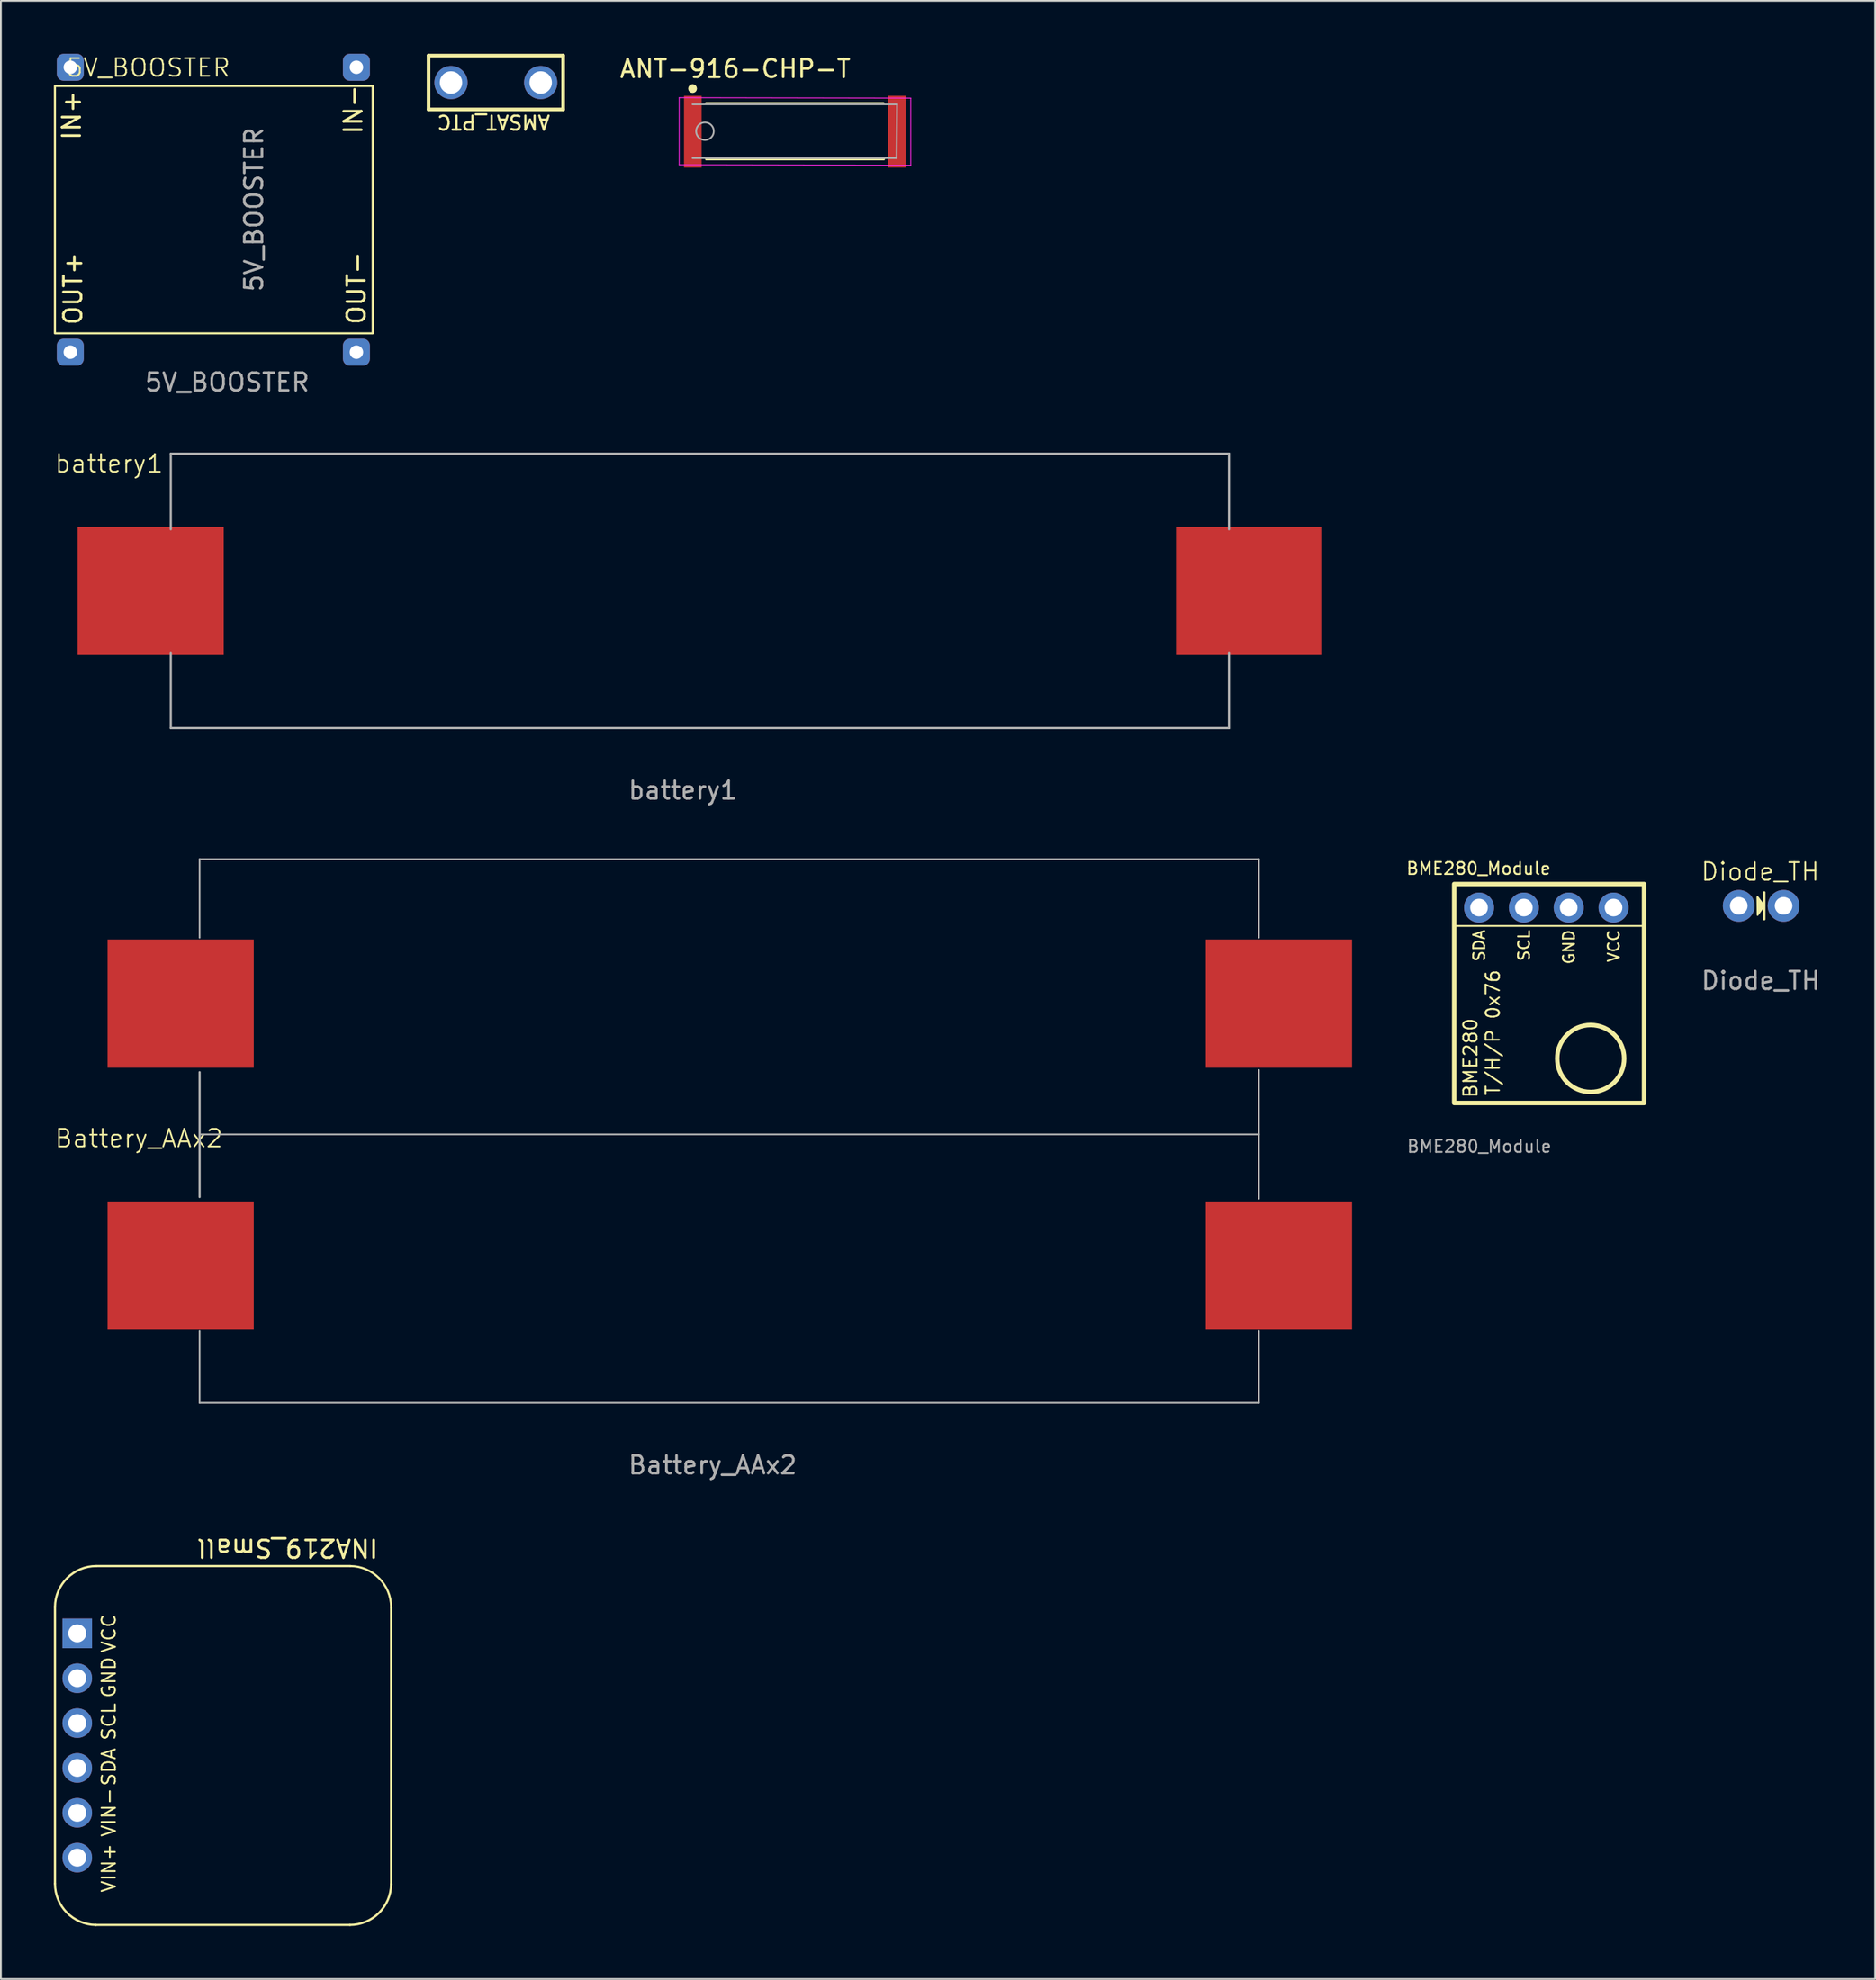
<source format=kicad_pcb>
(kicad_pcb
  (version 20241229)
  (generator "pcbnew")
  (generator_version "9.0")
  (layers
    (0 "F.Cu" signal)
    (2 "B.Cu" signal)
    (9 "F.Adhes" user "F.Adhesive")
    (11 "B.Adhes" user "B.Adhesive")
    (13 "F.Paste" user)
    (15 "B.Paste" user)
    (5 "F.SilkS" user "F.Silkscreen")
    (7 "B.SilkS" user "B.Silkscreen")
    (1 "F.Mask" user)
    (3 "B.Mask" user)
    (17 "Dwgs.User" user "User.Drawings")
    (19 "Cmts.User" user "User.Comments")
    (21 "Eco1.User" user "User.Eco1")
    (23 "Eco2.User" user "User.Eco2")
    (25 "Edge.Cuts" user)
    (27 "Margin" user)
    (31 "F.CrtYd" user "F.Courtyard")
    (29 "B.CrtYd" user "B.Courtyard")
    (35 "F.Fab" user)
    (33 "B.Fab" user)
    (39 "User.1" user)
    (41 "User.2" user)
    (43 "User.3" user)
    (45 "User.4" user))
  (footprint "ANT-916-CHP-T"
    (layer "F.Cu")
    (at 44.176 4.384)
    (property "Reference" "ANT-916-CHP-T" (at -5.584 -3.536 0) (layer "F.SilkS") (effects (font (size 1 1) (thickness 0.15))))
    (attr smd)
    (fp_line (start -7.229 -1.587) (end 2.807 -1.587) (stroke (width 0.127) (type solid)) (layer "F.SilkS"))
    (fp_line (start -7.229 1.587) (end 2.832 1.587) (stroke (width 0.127) (type solid)) (layer "F.SilkS"))
    (fp_circle (center -8.001 -2.416) (end -7.876 -2.416) (stroke (width 0.25) (type solid)) (fill no) (layer "F.SilkS"))
    (fp_line (start -8.759 -1.901) (end -8.759 1.901) (stroke (width 0.05) (type solid)) (layer "F.CrtYd"))
    (fp_line (start -8.759 1.901) (end 4.356 1.926) (stroke (width 0.05) (type solid)) (layer "F.CrtYd"))
    (fp_line (start 4.356 -1.876) (end -8.759 -1.901) (stroke (width 0.05) (type solid)) (layer "F.CrtYd"))
    (fp_line (start 4.356 1.926) (end 4.356 -1.876) (stroke (width 0.05) (type solid)) (layer "F.CrtYd"))
    (fp_line (start -8.001 -1.524) (end 3.581 -1.524) (stroke (width 0.1) (type solid)) (layer "F.Fab"))
    (fp_line (start 3.556 1.524) (end -8.001 1.524) (stroke (width 0.1) (type solid)) (layer "F.Fab"))
    (fp_line (start 3.581 -1.524) (end 3.556 1.524) (stroke (width 0.1) (type solid)) (layer "F.Fab"))
    (fp_circle (center -7.301 0) (end -6.801 0) (stroke (width 0.1) (type solid)) (fill no) (layer "F.Fab"))
    (pad "1" smd rect (at -7.99 0.027) (size 0.998 4.062) (layers "F.Cu" "F.Mask" "F.Paste"))
    (pad "2" smd rect (at 3.569 0.025) (size 0.998 4.062) (layers "F.Cu" "F.Mask" "F.Paste"))
    (zone (net_name "") (layer "F.Cu") (hatch full 0.508) (connect_pads) (min_thickness 0.01) (filled_areas_thickness no) (keepout (tracks not_allowed) (vias not_allowed) (pads not_allowed) (copperpour not_allowed) (footprints allowed)) (placement (enabled no)) (fill) (polygon (pts (xy 36.873 2.86) (xy 47.224 2.86) (xy 47.224 5.908) (xy 36.873 5.908))))
    (zone (net_name "") (layer "B.Cu") (hatch full 0.508) (connect_pads) (min_thickness 0.01) (filled_areas_thickness no) (keepout (tracks not_allowed) (vias not_allowed) (pads not_allowed) (copperpour not_allowed) (footprints allowed)) (placement (enabled no)) (fill) (polygon (pts (xy 36.873 2.86) (xy 47.224 2.86) (xy 47.224 5.908) (xy 36.873 5.908)))))
  (footprint "AMSAT_PTC"
    (layer "F.Cu")
    (at 22.492 4.928)
    (property "Reference" "AMSAT_PTC" (at 2.413 -1.069 180) (unlocked yes) (layer "F.SilkS") (effects (font (size 0.787 0.787) (thickness 0.127))))
    (attr through_hole)
    (fp_line (start -1.27 -4.826) (end -1.27 -1.778) (stroke (width 0.203) (type solid)) (layer "F.SilkS"))
    (fp_line (start -1.27 -1.778) (end 6.35 -1.778) (stroke (width 0.203) (type solid)) (layer "F.SilkS"))
    (fp_line (start 6.35 -4.826) (end -1.27 -4.826) (stroke (width 0.203) (type solid)) (layer "F.SilkS"))
    (fp_line (start 6.35 -1.778) (end 6.35 -4.826) (stroke (width 0.203) (type solid)) (layer "F.SilkS"))
    (pad "1" thru_hole circle (at 0 -3.302) (size 1.88 1.88) (drill 1.27) (layers "*.Cu" "*.Mask"))
    (pad "2" thru_hole circle (at 5.08 -3.302) (size 1.88 1.88) (drill 1.27) (layers "*.Cu" "*.Mask")))
  (footprint "5V_BOOSTER"
    (layer "F.Cu")
    (at 0.956 0.762)
    (property "Reference" "5V_BOOSTER" (at 4.394 0.025 0) (unlocked yes) (layer "F.SilkS") (effects (font (size 1 1) (thickness 0.1))))
    (attr through_hole)
    (fp_rect (start 17.104 15.062) (end -0.896 1.062) (stroke (width 0.12) (type solid)) (fill no) (layer "F.SilkS"))
    (fp_text user "IN+" (at 0.052 4.204 90) (unlocked yes) (layer "F.SilkS") (effects (font (size 1 1) (thickness 0.15)) (justify left)))
    (fp_text user "OUT+" (at 0.128 14.668 90) (unlocked yes) (layer "F.SilkS") (effects (font (size 1 1) (thickness 0.15)) (justify left)))
    (fp_text user "IN-" (at 16.003 3.873 90) (unlocked yes) (layer "F.SilkS") (effects (font (size 1 1) (thickness 0.15)) (justify left)))
    (fp_text user "OUT-" (at 16.181 14.643 90) (unlocked yes) (layer "F.SilkS") (effects (font (size 1 1) (thickness 0.15)) (justify left)))
    (fp_text user "${REFERENCE}" (at 10.374 8.052 90) (unlocked yes) (layer "F.Fab") (effects (font (size 1 1) (thickness 0.15))))
    (fp_text user "${REFERENCE}" (at 8.865 17.832 0) (unlocked yes) (layer "F.Fab") (effects (font (size 1 1) (thickness 0.15))))
    (pad "1" thru_hole roundrect (at -0.025 0 90) (size 1.524 1.524) (drill 0.762) (layers "*.Cu" "*.Mask") (roundrect_rratio 0.25))
    (pad "2" thru_hole roundrect (at 16.18 0 90) (size 1.524 1.524) (drill 0.762) (layers "*.Cu" "*.Mask") (roundrect_rratio 0.25))
    (pad "3" thru_hole roundrect (at -0.025 16.129 90) (size 1.524 1.524) (drill 0.762) (layers "*.Cu" "*.Mask") (roundrect_rratio 0.25))
    (pad "4" thru_hole roundrect (at 16.18 16.129 90) (size 1.524 1.524) (drill 0.762) (layers "*.Cu" "*.Mask") (roundrect_rratio 0.25)))
  (footprint "BME280_Module"
    (layer "F.Cu")
    (at 80.713 48.341)
    (property "Reference" "BME280_Module" (at -0.025 -2.21 0) (unlocked yes) (layer "F.SilkS") (effects (font (size 0.686 0.686) (thickness 0.102))))
    (attr smd)
    (fp_line (start -1.372 1.041) (end 9.373 1.041) (stroke (width 0.1) (type default)) (layer "F.SilkS"))
    (fp_rect (start -1.406 -1.333) (end 9.347 11.066) (stroke (width 0.254) (type solid)) (fill no) (layer "F.SilkS"))
    (fp_circle (center 6.325 8.547) (end 8.221 8.526) (stroke (width 0.254) (type solid)) (fill no) (layer "F.SilkS"))
    (fp_text user "SDA" (at 0.381 3.119 90) (unlocked yes) (layer "F.SilkS") (effects (font (size 0.635 0.635) (thickness 0.102)) (justify left bottom)))
    (fp_text user "GND" (at 5.461 3.271 90) (unlocked yes) (layer "F.SilkS") (effects (font (size 0.635 0.635) (thickness 0.102)) (justify left bottom)))
    (fp_text user "T/H/P 0x76" (at 1.232 10.706 90) (unlocked yes) (layer "F.SilkS") (effects (font (size 0.762 0.762) (thickness 0.102)) (justify left bottom)))
    (fp_text user "BME280" (at -0.038 10.833 90) (unlocked yes) (layer "F.SilkS") (effects (font (size 0.762 0.762) (thickness 0.102)) (justify left bottom)))
    (fp_text user "SCL" (at 2.921 3.089 90) (unlocked yes) (layer "F.SilkS") (effects (font (size 0.635 0.635) (thickness 0.102)) (justify left bottom)))
    (fp_text user "VCC" (at 8.001 3.15 90) (unlocked yes) (layer "F.SilkS") (effects (font (size 0.635 0.635) (thickness 0.102)) (justify left bottom)))
    (fp_text user "${REFERENCE}" (at 0.013 13.525 0) (unlocked yes) (layer "F.Fab") (effects (font (size 0.686 0.686) (thickness 0.102))))
    (pad "1" thru_hole circle (at 7.62 0) (size 1.7 1.7) (drill 1) (layers "*.Cu" "*.Mask"))
    (pad "2" thru_hole circle (at 5.08 0) (size 1.7 1.7) (drill 1) (layers "*.Cu" "*.Mask"))
    (pad "3" thru_hole circle (at 2.54 0) (size 1.7 1.7) (drill 1) (layers "*.Cu" "*.Mask"))
    (pad "4" thru_hole circle (at 0 0) (size 1.7 1.7) (drill 1) (layers "*.Cu" "*.Mask")))
  (footprint "battery1"
    (layer "F.Cu")
    (at 35.621 30.203)
    (property "Reference" "battery1" (at -32.5 -7 0) (unlocked yes) (layer "F.SilkS") (effects (font (size 1 1) (thickness 0.1))))
    (attr smd)
    (fp_line (start -29 -7.565) (end -29 -3.285) (stroke (width 0.127) (type solid)) (layer "F.Fab"))
    (fp_line (start -29 3.695) (end -29 7.975) (stroke (width 0.127) (type solid)) (layer "F.Fab"))
    (fp_line (start -29 7.975) (end 30.93 7.975) (stroke (width 0.127) (type solid)) (layer "F.Fab"))
    (fp_line (start 30.93 -7.565) (end -29 -7.565) (stroke (width 0.127) (type solid)) (layer "F.Fab"))
    (fp_line (start 30.93 -7.565) (end 30.93 -3.285) (stroke (width 0.127) (type solid)) (layer "F.Fab"))
    (fp_line (start 30.93 7.975) (end 30.93 3.695) (stroke (width 0.127) (type solid)) (layer "F.Fab"))
    (fp_text user "${REFERENCE}" (at 0 11.5 0) (unlocked yes) (layer "F.Fab") (effects (font (size 1 1) (thickness 0.15))))
    (pad "1" smd custom (at -28 1.5) (size 1.905 1.27) (layers "F.Cu" "F.Mask" "F.Paste") (options (anchor rect)) (primitives (gr_poly (pts (xy 2 2.337) (xy -6.28 2.337) (xy -6.28 -4.927) (xy 2 -4.927)) (width 0) (fill yes))))
    (pad "2" smd custom (at 32 0) (size 1.27 1.27) (layers "F.Cu" "F.Mask" "F.Paste") (options (anchor circle)) (primitives (gr_poly (pts (xy -0.953 -0.445) (xy -0.938 -0.517) (xy -0.897 -0.579) (xy -0.835 -0.62) (xy -0.762 -0.635) (xy 0.762 -0.635) (xy 0.835 -0.62) (xy 0.897 -0.579) (xy 0.938 -0.517) (xy 0.953 -0.445) (xy 0.953 0.445) (xy 0.938 0.517) (xy 0.897 0.579) (xy 0.835 0.62) (xy 0.762 0.635) (xy -0.762 0.635) (xy -0.835 0.62) (xy -0.897 0.579) (xy -0.938 0.517) (xy -0.953 0.445)) (width 0) (fill yes)) (gr_poly (pts (xy 4.21 3.837) (xy -4.07 3.837) (xy -4.07 -3.427) (xy 4.21 -3.427)) (width 0) (fill yes)))))
  (footprint "INA219_Small"
    (layer "F.Cu")
    (at 9.461 95.815)
    (property "Reference" "INA219_Small" (at 3.771 -11.209 180) (unlocked yes) (layer "F.SilkS") (effects (font (size 1 1) (thickness 0.15))))
    (attr through_hole)
    (fp_line (start -9.398 -7.874) (end -9.398 7.798) (stroke (width 0.127) (type solid)) (layer "F.SilkS"))
    (fp_line (start -7.086 10.135) (end 7.306 10.135) (stroke (width 0.127) (type solid)) (layer "F.SilkS"))
    (fp_line (start 7.33 -10.185) (end -7.061 -10.185) (stroke (width 0.127) (type solid)) (layer "F.SilkS"))
    (fp_line (start 9.642 7.849) (end 9.642 -7.849) (stroke (width 0.127) (type solid)) (layer "F.SilkS"))
    (fp_arc (start -9.398 -7.873862) (mid -8.70466 -9.509883) (end -7.0612 -10.1854) (stroke (width 0.127) (type solid)) (layer "F.SilkS"))
    (fp_arc (start -7.086462 10.1346) (mid -8.722483 9.44126) (end -9.398 7.7978) (stroke (width 0.127) (type solid)) (layer "F.SilkS"))
    (fp_arc (start 7.330179 -10.1854) (mid 8.9662 -9.49206) (end 9.641717 -7.8486) (stroke (width 0.12) (type solid)) (layer "F.SilkS"))
    (fp_arc (start 9.642475 7.823062) (mid 8.949135 9.459083) (end 7.305675 10.1346) (stroke (width 0.127) (type solid)) (layer "F.SilkS"))
    (fp_text user "VIN-" (at -6.35 3.759 90) (unlocked yes) (layer "F.SilkS") (effects (font (size 0.762 0.762) (thickness 0.102))))
    (fp_text user "VCC" (at -6.35 -6.375 90) (unlocked yes) (layer "F.SilkS") (effects (font (size 0.762 0.762) (thickness 0.102))))
    (fp_text user "SCL" (at -6.35 -1.372 90) (unlocked yes) (layer "F.SilkS") (effects (font (size 0.762 0.762) (thickness 0.102))))
    (fp_text user "GND" (at -6.35 -3.886 90) (unlocked yes) (layer "F.SilkS") (effects (font (size 0.762 0.762) (thickness 0.102))))
    (fp_text user "SDA" (at -6.35 1.194 90) (unlocked yes) (layer "F.SilkS") (effects (font (size 0.762 0.762) (thickness 0.102))))
    (fp_text user "VIN+" (at -6.35 6.909 90) (unlocked yes) (layer "F.SilkS") (effects (font (size 0.762 0.762) (thickness 0.102))))
    (pad "1" thru_hole rect (at -8.138 -6.375) (size 1.676 1.676) (drill 1.016) (layers "*.Cu" "*.Mask"))
    (pad "2" thru_hole circle (at -8.138 -3.835) (size 1.676 1.676) (drill 1.016) (layers "*.Cu" "*.Mask"))
    (pad "3" thru_hole circle (at -8.138 -1.295) (size 1.676 1.676) (drill 1.016) (layers "*.Cu" "*.Mask"))
    (pad "4" thru_hole circle (at -8.138 1.245) (size 1.676 1.676) (drill 1.016) (layers "*.Cu" "*.Mask"))
    (pad "5" thru_hole circle (at -8.138 3.785) (size 1.676 1.676) (drill 1.016) (layers "*.Cu" "*.Mask"))
    (pad "6" thru_hole circle (at -8.138 6.325) (size 1.676 1.676) (drill 1.016) (layers "*.Cu" "*.Mask")))
  (footprint "Diode_TH"
    (layer "F.Cu")
    (at 96.644 48.242)
    (property "Reference" "Diode_TH" (at 0 -1.93 0) (unlocked yes) (layer "F.SilkS") (effects (font (size 1 1) (thickness 0.1))))
    (attr smd)
    (fp_line (start 0.229 0.762) (end 0.229 -0.762) (stroke (width 0.127) (type solid)) (layer "F.SilkS"))
    (fp_poly (pts (xy -0.14 -0.483) (xy 0.216 0) (xy -0.152 0.521) (xy -0.165 -0.495)) (stroke (width 0.1) (type solid)) (fill yes) (layer "F.SilkS"))
    (fp_text user "${REFERENCE}" (at 0.025 4.242 0) (unlocked yes) (layer "F.Fab") (effects (font (size 1 1) (thickness 0.15))))
    (pad "1" thru_hole circle (at 1.321 0) (size 1.8 1.8) (drill 1) (layers "*.Cu" "*.Mask"))
    (pad "2" thru_hole circle (at -1.219 0) (size 1.8 1.8) (drill 1) (layers "*.Cu" "*.Mask")))
  (footprint "Battery_AAx2"
    (layer "F.Cu")
    (at 37.312 68.41)
    (property "Reference" "Battery_AAx2" (at -32.5 -7 0) (unlocked yes) (layer "F.SilkS") (effects (font (size 1 1) (thickness 0.1))))
    (attr smd)
    (fp_line (start -29.058 -22.809) (end -29.058 -18.364) (stroke (width 0.1) (type solid)) (layer "F.Fab"))
    (fp_line (start -29.058 -22.809) (end 30.937 -22.809) (stroke (width 0.1) (type solid)) (layer "F.Fab"))
    (fp_line (start -29.058 -10.744) (end -29.058 -3.683) (stroke (width 0.127) (type solid)) (layer "F.Fab"))
    (fp_line (start -29.058 3.912) (end -29.058 7.976) (stroke (width 0.102) (type solid)) (layer "F.Fab"))
    (fp_line (start -29.058 7.976) (end 30.937 7.976) (stroke (width 0.102) (type solid)) (layer "F.Fab"))
    (fp_line (start 30.937 -22.809) (end 30.937 -18.364) (stroke (width 0.1) (type default)) (layer "F.Fab"))
    (fp_line (start 30.937 -10.871) (end 30.937 -3.581) (stroke (width 0.1) (type default)) (layer "F.Fab"))
    (fp_line (start 30.937 -7.226) (end -29.032 -7.226) (stroke (width 0.1) (type solid)) (layer "F.Fab"))
    (fp_line (start 30.937 3.912) (end 30.937 7.976) (stroke (width 0.102) (type solid)) (layer "F.Fab"))
    (fp_text user "${REFERENCE}" (at 0 11.5 0) (unlocked yes) (layer "F.Fab") (effects (font (size 1 1) (thickness 0.15))))
    (pad "1" smd custom (at -27.991 1.5) (size 1.905 1.27) (layers "F.Cu" "F.Mask" "F.Paste") (options (anchor rect)) (primitives (gr_poly (pts (xy 2 2.337) (xy -6.28 2.337) (xy -6.28 -4.927) (xy 2 -4.927)) (width 0) (fill yes))))
    (pad "2" smd custom (at 32 0) (size 1.27 1.27) (layers "F.Cu" "F.Mask" "F.Paste") (options (anchor circle)) (primitives (gr_poly (pts (xy -0.953 -0.445) (xy -0.938 -0.517) (xy -0.897 -0.579) (xy -0.835 -0.62) (xy -0.762 -0.635) (xy 0.762 -0.635) (xy 0.835 -0.62) (xy 0.897 -0.579) (xy 0.938 -0.517) (xy 0.953 -0.445) (xy 0.953 0.445) (xy 0.938 0.517) (xy 0.897 0.579) (xy 0.835 0.62) (xy 0.762 0.635) (xy -0.762 0.635) (xy -0.835 0.62) (xy -0.897 0.579) (xy -0.938 0.517) (xy -0.953 0.445)) (width 0) (fill yes)) (gr_poly (pts (xy 4.21 3.837) (xy -4.07 3.837) (xy -4.07 -3.427) (xy 4.21 -3.427)) (width 0) (fill yes))))
    (pad "3" smd custom (at -27.991 -13.335) (size 1.905 1.27) (layers "F.Cu" "F.Mask" "F.Paste") (options (anchor rect)) (primitives (gr_poly (pts (xy 2 2.337) (xy -6.28 2.337) (xy -6.28 -4.927) (xy 2 -4.927)) (width 0) (fill yes))))
    (pad "4" smd custom (at 32 -14.835) (size 1.27 1.27) (layers "F.Cu" "F.Mask" "F.Paste") (options (anchor circle)) (primitives (gr_poly (pts (xy -0.953 -0.445) (xy -0.938 -0.517) (xy -0.897 -0.579) (xy -0.835 -0.62) (xy -0.762 -0.635) (xy 0.762 -0.635) (xy 0.835 -0.62) (xy 0.897 -0.579) (xy 0.938 -0.517) (xy 0.953 -0.445) (xy 0.953 0.445) (xy 0.938 0.517) (xy 0.897 0.579) (xy 0.835 0.62) (xy 0.762 0.635) (xy -0.762 0.635) (xy -0.835 0.62) (xy -0.897 0.579) (xy -0.938 0.517) (xy -0.953 0.445)) (width 0) (fill yes)) (gr_poly (pts (xy 4.21 3.837) (xy -4.07 3.837) (xy -4.07 -3.427) (xy 4.21 -3.427)) (width 0) (fill yes)))))
  (gr_rect
    (start -3 -3)
    (end 103.152 109.014)
    (stroke (width 0.1) (type default))
    (fill no)
    (layer "Edge.Cuts")))
</source>
